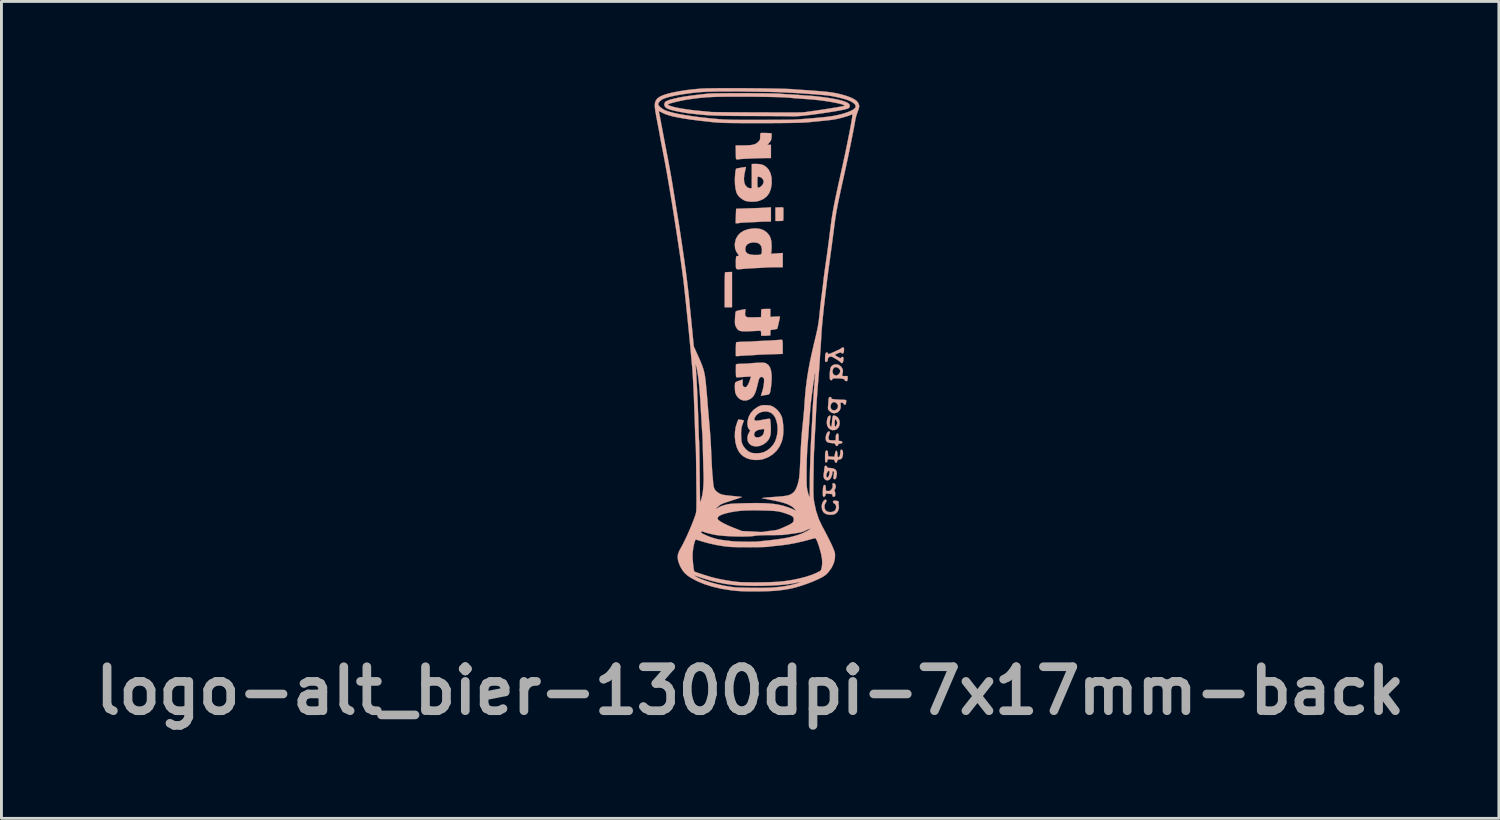
<source format=kicad_pcb>
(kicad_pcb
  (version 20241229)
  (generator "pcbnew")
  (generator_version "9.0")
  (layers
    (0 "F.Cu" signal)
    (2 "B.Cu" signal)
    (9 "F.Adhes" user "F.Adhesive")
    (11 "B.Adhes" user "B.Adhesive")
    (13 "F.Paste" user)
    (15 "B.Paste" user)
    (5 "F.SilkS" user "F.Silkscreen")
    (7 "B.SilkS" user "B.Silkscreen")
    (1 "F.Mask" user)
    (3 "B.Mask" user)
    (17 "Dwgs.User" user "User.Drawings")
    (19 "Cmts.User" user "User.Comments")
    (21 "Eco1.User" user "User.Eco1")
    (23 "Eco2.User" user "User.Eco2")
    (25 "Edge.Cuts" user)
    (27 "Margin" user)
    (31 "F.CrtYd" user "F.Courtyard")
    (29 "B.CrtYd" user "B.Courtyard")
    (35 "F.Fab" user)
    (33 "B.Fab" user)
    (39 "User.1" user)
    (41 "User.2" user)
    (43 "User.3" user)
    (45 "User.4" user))
  (footprint "logo-alt_bier-1300dpi-7x17mm-back"
    (layer "F.Cu")
    (at 22.99 8.384)
    (property "Reference" "logo-alt_bier-1300dpi-7x17mm-back" (at -0.05 12.5 0) (layer "F.Fab") (effects (font (size 1.524 1.524) (thickness 0.3))))
    (attr through_hole)
    (fp_poly (pts (xy -0.792 -2.008) (xy -0.855 -2.005) (xy -0.902 -2.003) (xy -0.919 -2.002) (xy -0.922 -1.982) (xy -0.925 -1.929) (xy -0.928 -1.846) (xy -0.931 -1.738) (xy -0.932 -1.609) (xy -0.933 -1.466) (xy -0.933 -1.394) (xy -0.933 -0.789) (xy -0.679 -0.789) (xy -0.679 -2.013) (xy -0.792 -2.008)) (stroke (width 0.01) (type solid)) (fill yes) (layer "B.SilkS"))
    (fp_poly (pts (xy 0.962 -4.25) (xy 0.825 -4.244) (xy 0.825 -3.778) (xy 0.962 -3.778) (xy 1.042 -3.781) (xy 1.086 -3.789) (xy 1.099 -3.803) (xy 1.1 -3.842) (xy 1.1 -3.906) (xy 1.101 -3.985) (xy 1.101 -4.067) (xy 1.101 -4.142) (xy 1.101 -4.199) (xy 1.1 -4.227) (xy 1.092 -4.243) (xy 1.066 -4.251) (xy 1.012 -4.252) (xy 0.962 -4.25)) (stroke (width 0.01) (type solid)) (fill yes) (layer "B.SilkS"))
    (fp_poly (pts (xy 0.488 -4.24) (xy 0.412 -4.235) (xy 0.306 -4.23) (xy 0.18 -4.225) (xy 0.043 -4.22) (xy -0.096 -4.216) (xy -0.113 -4.215) (xy -0.236 -4.212) (xy -0.346 -4.208) (xy -0.435 -4.205) (xy -0.499 -4.203) (xy -0.532 -4.201) (xy -0.535 -4.201) (xy -0.537 -4.181) (xy -0.54 -4.13) (xy -0.542 -4.055) (xy -0.546 -3.963) (xy -0.546 -3.949) (xy -0.554 -3.7) (xy -0.493 -3.7) (xy -0.447 -3.703) (xy -0.423 -3.709) (xy -0.423 -3.709) (xy -0.401 -3.713) (xy -0.347 -3.718) (xy -0.269 -3.723) (xy -0.172 -3.728) (xy -0.121 -3.73) (xy -0.009 -3.735) (xy 0.097 -3.74) (xy 0.189 -3.744) (xy 0.254 -3.748) (xy 0.268 -3.749) (xy 0.339 -3.753) (xy 0.428 -3.756) (xy 0.517 -3.757) (xy 0.669 -3.759) (xy 0.669 -4.252) (xy 0.488 -4.24)) (stroke (width 0.01) (type solid)) (fill yes) (layer "B.SilkS"))
    (fp_poly (pts (xy 2.55 5.877) (xy 2.506 5.904) (xy 2.467 5.958) (xy 2.439 6.03) (xy 2.427 6.108) (xy 2.427 6.112) (xy 2.442 6.223) (xy 2.485 6.308) (xy 2.556 6.366) (xy 2.656 6.396) (xy 2.73 6.401) (xy 2.83 6.393) (xy 2.903 6.367) (xy 2.909 6.364) (xy 2.967 6.309) (xy 3.008 6.231) (xy 3.026 6.147) (xy 3.019 6.08) (xy 3.01 6.029) (xy 3.014 5.991) (xy 3.015 5.989) (xy 3.02 5.954) (xy 2.991 5.928) (xy 2.934 5.914) (xy 2.904 5.913) (xy 2.85 5.916) (xy 2.825 5.927) (xy 2.818 5.951) (xy 2.818 5.953) (xy 2.836 5.991) (xy 2.865 6.01) (xy 2.907 6.044) (xy 2.927 6.099) (xy 2.927 6.163) (xy 2.907 6.224) (xy 2.867 6.271) (xy 2.851 6.281) (xy 2.767 6.306) (xy 2.681 6.306) (xy 2.605 6.28) (xy 2.573 6.256) (xy 2.535 6.193) (xy 2.523 6.115) (xy 2.538 6.036) (xy 2.566 5.983) (xy 2.592 5.936) (xy 2.593 5.897) (xy 2.571 5.877) (xy 2.55 5.877)) (stroke (width 0.01) (type solid)) (fill yes) (layer "B.SilkS"))
    (fp_poly (pts (xy 2.637 3.532) (xy 2.606 3.578) (xy 2.581 3.642) (xy 2.567 3.717) (xy 2.566 3.747) (xy 2.574 3.821) (xy 2.607 3.871) (xy 2.668 3.902) (xy 2.761 3.916) (xy 2.766 3.916) (xy 2.835 3.922) (xy 2.875 3.931) (xy 2.894 3.946) (xy 2.9 3.966) (xy 2.917 4) (xy 2.948 4.016) (xy 2.978 4.012) (xy 2.994 3.986) (xy 2.994 3.981) (xy 3.002 3.954) (xy 3.034 3.94) (xy 3.067 3.936) (xy 3.117 3.927) (xy 3.138 3.909) (xy 3.141 3.891) (xy 3.13 3.861) (xy 3.093 3.848) (xy 3.077 3.846) (xy 3.014 3.839) (xy 3.014 3.714) (xy 3.012 3.645) (xy 3.006 3.607) (xy 2.994 3.591) (xy 2.977 3.588) (xy 2.944 3.598) (xy 2.925 3.633) (xy 2.917 3.698) (xy 2.916 3.736) (xy 2.916 3.822) (xy 2.82 3.822) (xy 2.757 3.82) (xy 2.707 3.814) (xy 2.693 3.811) (xy 2.669 3.782) (xy 2.663 3.728) (xy 2.676 3.658) (xy 2.692 3.613) (xy 2.709 3.556) (xy 2.703 3.523) (xy 2.701 3.521) (xy 2.67 3.511) (xy 2.637 3.532)) (stroke (width 0.01) (type solid)) (fill yes) (layer "B.SilkS"))
    (fp_poly (pts (xy 2.818 2.976) (xy 2.803 3.019) (xy 2.793 3.095) (xy 2.788 3.158) (xy 2.781 3.24) (xy 2.772 3.305) (xy 2.763 3.345) (xy 2.758 3.353) (xy 2.737 3.338) (xy 2.719 3.312) (xy 2.707 3.263) (xy 2.708 3.184) (xy 2.723 3.074) (xy 2.732 3.025) (xy 2.738 2.981) (xy 2.729 2.965) (xy 2.699 2.966) (xy 2.661 2.99) (xy 2.631 3.047) (xy 2.611 3.13) (xy 2.605 3.213) (xy 2.618 3.31) (xy 2.659 3.388) (xy 2.721 3.442) (xy 2.798 3.469) (xy 2.883 3.463) (xy 2.94 3.44) (xy 3.001 3.387) (xy 3.039 3.312) (xy 3.053 3.227) (xy 3.05 3.199) (xy 2.964 3.199) (xy 2.962 3.242) (xy 2.946 3.285) (xy 2.92 3.337) (xy 2.899 3.351) (xy 2.885 3.327) (xy 2.877 3.265) (xy 2.877 3.228) (xy 2.881 3.147) (xy 2.892 3.101) (xy 2.91 3.091) (xy 2.933 3.119) (xy 2.946 3.147) (xy 2.964 3.199) (xy 3.05 3.199) (xy 3.043 3.14) (xy 3.011 3.062) (xy 2.955 3.003) (xy 2.936 2.992) (xy 2.881 2.967) (xy 2.843 2.959) (xy 2.818 2.976)) (stroke (width 0.01) (type solid)) (fill yes) (layer "B.SilkS"))
    (fp_poly (pts (xy 2.808 5.313) (xy 2.802 5.336) (xy 2.807 5.377) (xy 2.811 5.431) (xy 2.795 5.476) (xy 2.769 5.515) (xy 2.73 5.559) (xy 2.694 5.576) (xy 2.645 5.577) (xy 2.574 5.571) (xy 2.568 5.468) (xy 2.562 5.407) (xy 2.551 5.376) (xy 2.531 5.366) (xy 2.527 5.366) (xy 2.501 5.38) (xy 2.483 5.423) (xy 2.472 5.498) (xy 2.467 5.608) (xy 2.467 5.644) (xy 2.468 5.715) (xy 2.473 5.754) (xy 2.484 5.772) (xy 2.505 5.776) (xy 2.506 5.776) (xy 2.539 5.763) (xy 2.557 5.719) (xy 2.558 5.716) (xy 2.57 5.674) (xy 2.593 5.662) (xy 2.628 5.667) (xy 2.692 5.676) (xy 2.742 5.679) (xy 2.783 5.684) (xy 2.798 5.709) (xy 2.799 5.727) (xy 2.808 5.766) (xy 2.834 5.776) (xy 2.872 5.77) (xy 2.883 5.763) (xy 2.894 5.734) (xy 2.897 5.685) (xy 2.893 5.632) (xy 2.884 5.591) (xy 2.873 5.576) (xy 2.863 5.56) (xy 2.882 5.523) (xy 2.883 5.522) (xy 2.911 5.459) (xy 2.916 5.397) (xy 2.898 5.345) (xy 2.86 5.313) (xy 2.832 5.307) (xy 2.808 5.313)) (stroke (width 0.01) (type solid)) (fill yes) (layer "B.SilkS"))
    (fp_poly (pts (xy 0.973 0.341) (xy 0.9 0.345) (xy 0.88 0.347) (xy 0.803 0.353) (xy 0.699 0.359) (xy 0.58 0.366) (xy 0.456 0.372) (xy 0.408 0.374) (xy 0.296 0.379) (xy 0.194 0.384) (xy 0.11 0.389) (xy 0.052 0.393) (xy 0.034 0.395) (xy -0.008 0.398) (xy -0.079 0.401) (xy -0.17 0.403) (xy -0.27 0.405) (xy -0.274 0.405) (xy -0.369 0.408) (xy -0.449 0.413) (xy -0.507 0.419) (xy -0.534 0.426) (xy -0.535 0.427) (xy -0.54 0.453) (xy -0.543 0.509) (xy -0.546 0.588) (xy -0.547 0.673) (xy -0.547 0.901) (xy -0.496 0.903) (xy -0.456 0.903) (xy -0.44 0.9) (xy -0.419 0.897) (xy -0.367 0.893) (xy -0.29 0.888) (xy -0.195 0.883) (xy -0.161 0.881) (xy -0.058 0.876) (xy 0.035 0.871) (xy 0.109 0.866) (xy 0.154 0.862) (xy 0.16 0.861) (xy 0.193 0.858) (xy 0.259 0.855) (xy 0.351 0.851) (xy 0.463 0.846) (xy 0.588 0.842) (xy 0.644 0.84) (xy 1.079 0.827) (xy 1.079 0.587) (xy 1.077 0.473) (xy 1.072 0.393) (xy 1.064 0.349) (xy 1.058 0.341) (xy 1.03 0.339) (xy 0.973 0.341)) (stroke (width 0.01) (type solid)) (fill yes) (layer "B.SilkS"))
    (fp_poly (pts (xy 0.339 -6.828) (xy 0.332 -6.827) (xy 0.313 -6.821) (xy 0.302 -6.796) (xy 0.298 -6.746) (xy 0.298 -6.707) (xy 0.296 -6.638) (xy 0.286 -6.592) (xy 0.263 -6.555) (xy 0.224 -6.514) (xy 0.174 -6.472) (xy 0.115 -6.44) (xy 0.042 -6.419) (xy -0.052 -6.405) (xy -0.174 -6.398) (xy -0.304 -6.396) (xy -0.552 -6.396) (xy -0.549 -6.196) (xy -0.547 -6.107) (xy -0.545 -6.028) (xy -0.544 -5.972) (xy -0.544 -5.952) (xy -0.532 -5.917) (xy -0.497 -5.908) (xy -0.458 -5.911) (xy -0.443 -5.916) (xy -0.421 -5.92) (xy -0.367 -5.924) (xy -0.286 -5.93) (xy -0.186 -5.935) (xy -0.072 -5.94) (xy 0.049 -5.946) (xy 0.17 -5.95) (xy 0.284 -5.953) (xy 0.387 -5.956) (xy 0.469 -5.957) (xy 0.669 -5.957) (xy 0.669 -6.186) (xy 0.669 -6.416) (xy 0.544 -6.416) (xy 0.594 -6.47) (xy 0.635 -6.519) (xy 0.667 -6.567) (xy 0.669 -6.57) (xy 0.681 -6.609) (xy 0.69 -6.668) (xy 0.694 -6.73) (xy 0.694 -6.784) (xy 0.687 -6.814) (xy 0.686 -6.815) (xy 0.665 -6.819) (xy 0.615 -6.822) (xy 0.547 -6.825) (xy 0.471 -6.827) (xy 0.399 -6.828) (xy 0.339 -6.828)) (stroke (width 0.01) (type solid)) (fill yes) (layer "B.SilkS"))
    (fp_poly (pts (xy 2.546 4.707) (xy 2.532 4.729) (xy 2.523 4.775) (xy 2.518 4.824) (xy 2.509 4.904) (xy 2.5 4.983) (xy 2.494 5.024) (xy 2.497 5.1) (xy 2.525 5.159) (xy 2.571 5.197) (xy 2.627 5.209) (xy 2.685 5.191) (xy 2.718 5.164) (xy 2.762 5.094) (xy 2.791 5.004) (xy 2.799 4.932) (xy 2.802 4.909) (xy 2.7 4.909) (xy 2.696 4.963) (xy 2.696 4.965) (xy 2.682 5.032) (xy 2.659 5.081) (xy 2.633 5.107) (xy 2.609 5.107) (xy 2.591 5.075) (xy 2.587 5.059) (xy 2.591 5.009) (xy 2.609 4.954) (xy 2.636 4.906) (xy 2.664 4.879) (xy 2.673 4.877) (xy 2.693 4.884) (xy 2.7 4.909) (xy 2.802 4.909) (xy 2.804 4.895) (xy 2.823 4.889) (xy 2.83 4.891) (xy 2.849 4.906) (xy 2.855 4.94) (xy 2.85 4.993) (xy 2.841 5.056) (xy 2.835 5.109) (xy 2.833 5.122) (xy 2.842 5.155) (xy 2.871 5.167) (xy 2.901 5.164) (xy 2.921 5.137) (xy 2.934 5.098) (xy 2.954 4.986) (xy 2.944 4.898) (xy 2.905 4.835) (xy 2.834 4.796) (xy 2.732 4.78) (xy 2.71 4.78) (xy 2.655 4.776) (xy 2.627 4.761) (xy 2.617 4.741) (xy 2.592 4.708) (xy 2.568 4.702) (xy 2.546 4.707)) (stroke (width 0.01) (type solid)) (fill yes) (layer "B.SilkS"))
    (fp_poly (pts (xy 3.09 4.151) (xy 3.075 4.195) (xy 3.072 4.245) (xy 3.065 4.327) (xy 3.044 4.383) (xy 3.011 4.408) (xy 3.004 4.409) (xy 2.986 4.395) (xy 2.975 4.353) (xy 2.971 4.296) (xy 2.964 4.229) (xy 2.953 4.193) (xy 2.935 4.184) (xy 2.913 4.201) (xy 2.895 4.252) (xy 2.889 4.287) (xy 2.871 4.391) (xy 2.762 4.385) (xy 2.652 4.379) (xy 2.646 4.277) (xy 2.64 4.215) (xy 2.629 4.184) (xy 2.609 4.174) (xy 2.604 4.174) (xy 2.579 4.18) (xy 2.562 4.2) (xy 2.551 4.241) (xy 2.546 4.309) (xy 2.545 4.41) (xy 2.545 4.493) (xy 2.548 4.545) (xy 2.556 4.572) (xy 2.569 4.583) (xy 2.584 4.584) (xy 2.615 4.573) (xy 2.623 4.537) (xy 2.626 4.501) (xy 2.643 4.481) (xy 2.68 4.475) (xy 2.745 4.479) (xy 2.765 4.481) (xy 2.828 4.489) (xy 2.862 4.5) (xy 2.876 4.52) (xy 2.881 4.543) (xy 2.897 4.588) (xy 2.924 4.6) (xy 2.952 4.58) (xy 2.964 4.546) (xy 2.981 4.503) (xy 3.011 4.488) (xy 3.032 4.487) (xy 3.086 4.473) (xy 3.121 4.447) (xy 3.147 4.398) (xy 3.163 4.329) (xy 3.167 4.255) (xy 3.157 4.192) (xy 3.145 4.166) (xy 3.114 4.141) (xy 3.09 4.151)) (stroke (width 0.01) (type solid)) (fill yes) (layer "B.SilkS"))
    (fp_poly (pts (xy 2.869 1.194) (xy 2.796 1.227) (xy 2.747 1.28) (xy 2.732 1.321) (xy 2.72 1.388) (xy 2.711 1.469) (xy 2.707 1.555) (xy 2.707 1.633) (xy 2.713 1.694) (xy 2.724 1.726) (xy 2.755 1.74) (xy 2.786 1.728) (xy 2.799 1.7) (xy 2.809 1.685) (xy 2.846 1.676) (xy 2.914 1.673) (xy 2.923 1.673) (xy 3.054 1.677) (xy 3.147 1.687) (xy 3.205 1.704) (xy 3.228 1.729) (xy 3.228 1.734) (xy 3.244 1.762) (xy 3.278 1.772) (xy 3.312 1.759) (xy 3.313 1.758) (xy 3.322 1.731) (xy 3.326 1.683) (xy 3.326 1.67) (xy 3.326 1.595) (xy 3.226 1.595) (xy 3.168 1.594) (xy 3.14 1.587) (xy 3.134 1.571) (xy 3.139 1.551) (xy 3.158 1.471) (xy 3.162 1.429) (xy 3.072 1.429) (xy 3.055 1.485) (xy 3.013 1.536) (xy 2.959 1.569) (xy 2.927 1.575) (xy 2.875 1.562) (xy 2.838 1.536) (xy 2.807 1.481) (xy 2.803 1.413) (xy 2.822 1.347) (xy 2.864 1.298) (xy 2.865 1.297) (xy 2.917 1.283) (xy 2.975 1.298) (xy 3.027 1.334) (xy 3.063 1.385) (xy 3.072 1.429) (xy 3.162 1.429) (xy 3.163 1.413) (xy 3.154 1.362) (xy 3.143 1.335) (xy 3.095 1.261) (xy 3.027 1.212) (xy 2.949 1.189) (xy 2.869 1.194)) (stroke (width 0.01) (type solid)) (fill yes) (layer "B.SilkS"))
    (fp_poly (pts (xy 2.689 2.331) (xy 2.674 2.355) (xy 2.667 2.406) (xy 2.665 2.425) (xy 2.66 2.504) (xy 2.653 2.594) (xy 2.649 2.636) (xy 2.645 2.701) (xy 2.65 2.743) (xy 2.67 2.777) (xy 2.707 2.816) (xy 2.784 2.87) (xy 2.868 2.885) (xy 2.955 2.862) (xy 2.987 2.845) (xy 3.052 2.782) (xy 3.085 2.698) (xy 3.085 2.636) (xy 2.994 2.636) (xy 2.979 2.702) (xy 2.94 2.752) (xy 2.887 2.78) (xy 2.829 2.783) (xy 2.776 2.754) (xy 2.768 2.747) (xy 2.739 2.69) (xy 2.735 2.626) (xy 2.754 2.565) (xy 2.792 2.517) (xy 2.846 2.494) (xy 2.857 2.494) (xy 2.913 2.511) (xy 2.962 2.554) (xy 2.991 2.61) (xy 2.994 2.636) (xy 3.085 2.636) (xy 3.085 2.601) (xy 3.079 2.547) (xy 3.084 2.522) (xy 3.104 2.514) (xy 3.123 2.513) (xy 3.168 2.527) (xy 3.184 2.552) (xy 3.207 2.584) (xy 3.229 2.591) (xy 3.255 2.579) (xy 3.27 2.537) (xy 3.272 2.518) (xy 3.276 2.467) (xy 3.275 2.433) (xy 3.273 2.43) (xy 3.251 2.422) (xy 3.202 2.417) (xy 3.162 2.416) (xy 3.088 2.414) (xy 2.996 2.409) (xy 2.909 2.403) (xy 2.833 2.395) (xy 2.787 2.387) (xy 2.766 2.374) (xy 2.76 2.356) (xy 2.76 2.353) (xy 2.749 2.325) (xy 2.716 2.321) (xy 2.689 2.331)) (stroke (width 0.01) (type solid)) (fill yes) (layer "B.SilkS"))
    (fp_poly (pts (xy 3.136 0.605) (xy 3.117 0.625) (xy 3.095 0.642) (xy 3.045 0.669) (xy 2.977 0.703) (xy 2.898 0.739) (xy 2.819 0.775) (xy 2.747 0.805) (xy 2.692 0.826) (xy 2.663 0.833) (xy 2.645 0.817) (xy 2.642 0.804) (xy 2.626 0.779) (xy 2.606 0.774) (xy 2.577 0.789) (xy 2.558 0.834) (xy 2.547 0.912) (xy 2.545 1.003) (xy 2.546 1.064) (xy 2.552 1.095) (xy 2.568 1.104) (xy 2.589 1.103) (xy 2.62 1.09) (xy 2.635 1.056) (xy 2.638 1.025) (xy 2.65 0.972) (xy 2.678 0.942) (xy 2.701 0.93) (xy 2.731 0.921) (xy 2.76 0.921) (xy 2.797 0.934) (xy 2.852 0.962) (xy 2.917 1) (xy 2.987 1.043) (xy 3.044 1.082) (xy 3.079 1.11) (xy 3.086 1.119) (xy 3.111 1.142) (xy 3.13 1.146) (xy 3.154 1.135) (xy 3.169 1.098) (xy 3.177 1.056) (xy 3.182 0.998) (xy 3.181 0.957) (xy 3.178 0.948) (xy 3.15 0.931) (xy 3.115 0.94) (xy 3.099 0.96) (xy 3.087 0.974) (xy 3.061 0.97) (xy 3.014 0.947) (xy 2.997 0.937) (xy 2.931 0.898) (xy 2.898 0.873) (xy 2.896 0.854) (xy 2.923 0.835) (xy 2.965 0.815) (xy 3.043 0.785) (xy 3.091 0.776) (xy 3.11 0.788) (xy 3.111 0.794) (xy 3.127 0.81) (xy 3.148 0.813) (xy 3.175 0.802) (xy 3.191 0.764) (xy 3.197 0.737) (xy 3.202 0.68) (xy 3.199 0.635) (xy 3.197 0.629) (xy 3.171 0.602) (xy 3.136 0.605)) (stroke (width 0.01) (type solid)) (fill yes) (layer "B.SilkS"))
    (fp_poly (pts (xy 0.407 -0.728) (xy 0.356 -0.721) (xy 0.335 -0.708) (xy 0.335 -0.706) (xy 0.333 -0.674) (xy 0.331 -0.617) (xy 0.33 -0.564) (xy 0.327 -0.447) (xy 0.086 -0.441) (xy -0.018 -0.439) (xy -0.09 -0.439) (xy -0.137 -0.444) (xy -0.169 -0.452) (xy -0.191 -0.466) (xy -0.195 -0.47) (xy -0.218 -0.497) (xy -0.227 -0.532) (xy -0.226 -0.587) (xy -0.223 -0.614) (xy -0.212 -0.722) (xy -0.376 -0.694) (xy -0.472 -0.674) (xy -0.531 -0.654) (xy -0.553 -0.634) (xy -0.559 -0.602) (xy -0.566 -0.541) (xy -0.572 -0.461) (xy -0.575 -0.398) (xy -0.579 -0.303) (xy -0.578 -0.237) (xy -0.572 -0.188) (xy -0.559 -0.147) (xy -0.539 -0.105) (xy -0.506 -0.049) (xy -0.47 -0.007) (xy -0.425 0.021) (xy -0.364 0.038) (xy -0.281 0.045) (xy -0.171 0.045) (xy -0.064 0.041) (xy 0.043 0.036) (xy 0.14 0.032) (xy 0.217 0.028) (xy 0.267 0.026) (xy 0.278 0.025) (xy 0.308 0.027) (xy 0.323 0.044) (xy 0.328 0.085) (xy 0.329 0.11) (xy 0.331 0.198) (xy 0.407 0.198) (xy 0.48 0.197) (xy 0.557 0.193) (xy 0.566 0.192) (xy 0.649 0.186) (xy 0.649 0.089) (xy 0.652 0.03) (xy 0.662 0.001) (xy 0.682 -0.008) (xy 0.684 -0.008) (xy 0.741 -0.012) (xy 0.802 -0.021) (xy 0.855 -0.032) (xy 0.884 -0.042) (xy 0.886 -0.043) (xy 0.893 -0.065) (xy 0.907 -0.116) (xy 0.924 -0.185) (xy 0.942 -0.263) (xy 0.959 -0.34) (xy 0.973 -0.405) (xy 0.98 -0.45) (xy 0.982 -0.462) (xy 0.964 -0.467) (xy 0.916 -0.469) (xy 0.847 -0.467) (xy 0.815 -0.465) (xy 0.649 -0.453) (xy 0.649 -0.73) (xy 0.493 -0.73) (xy 0.407 -0.728)) (stroke (width 0.01) (type solid)) (fill yes) (layer "B.SilkS"))
    (fp_poly (pts (xy 0.068 -5.754) (xy 0.005 -5.751) (xy 0.005 -4.911) (xy -0.051 -4.911) (xy -0.108 -4.924) (xy -0.156 -4.95) (xy -0.22 -5.022) (xy -0.256 -5.119) (xy -0.267 -5.242) (xy -0.251 -5.392) (xy -0.231 -5.488) (xy -0.215 -5.56) (xy -0.203 -5.616) (xy -0.198 -5.646) (xy -0.199 -5.649) (xy -0.219 -5.648) (xy -0.266 -5.641) (xy -0.33 -5.631) (xy -0.4 -5.618) (xy -0.465 -5.606) (xy -0.513 -5.596) (xy -0.535 -5.589) (xy -0.536 -5.589) (xy -0.547 -5.56) (xy -0.558 -5.501) (xy -0.568 -5.42) (xy -0.575 -5.326) (xy -0.58 -5.228) (xy -0.58 -5.216) (xy -0.576 -5.047) (xy -0.558 -4.898) (xy -0.527 -4.774) (xy -0.503 -4.714) (xy -0.442 -4.629) (xy -0.356 -4.552) (xy -0.257 -4.492) (xy -0.203 -4.471) (xy -0.088 -4.45) (xy 0.042 -4.444) (xy 0.17 -4.455) (xy 0.272 -4.479) (xy 0.415 -4.544) (xy 0.528 -4.633) (xy 0.611 -4.746) (xy 0.666 -4.886) (xy 0.694 -5.052) (xy 0.697 -5.097) (xy 0.697 -5.115) (xy 0.415 -5.115) (xy 0.384 -5.041) (xy 0.348 -4.997) (xy 0.301 -4.958) (xy 0.256 -4.934) (xy 0.241 -4.931) (xy 0.222 -4.933) (xy 0.211 -4.945) (xy 0.204 -4.972) (xy 0.201 -5.024) (xy 0.2 -5.105) (xy 0.2 -5.128) (xy 0.201 -5.218) (xy 0.203 -5.275) (xy 0.209 -5.305) (xy 0.22 -5.316) (xy 0.231 -5.314) (xy 0.276 -5.303) (xy 0.29 -5.302) (xy 0.323 -5.289) (xy 0.363 -5.258) (xy 0.367 -5.254) (xy 0.409 -5.188) (xy 0.415 -5.115) (xy 0.697 -5.115) (xy 0.691 -5.276) (xy 0.656 -5.428) (xy 0.592 -5.555) (xy 0.529 -5.628) (xy 0.458 -5.685) (xy 0.38 -5.724) (xy 0.287 -5.747) (xy 0.17 -5.755) (xy 0.068 -5.754)) (stroke (width 0.01) (type solid)) (fill yes) (layer "B.SilkS"))
    (fp_poly (pts (xy 0.055 -3.519) (xy -0.117 -3.494) (xy -0.265 -3.443) (xy -0.388 -3.367) (xy -0.482 -3.268) (xy -0.547 -3.148) (xy -0.578 -3.01) (xy -0.582 -2.947) (xy -0.57 -2.823) (xy -0.531 -2.717) (xy -0.481 -2.64) (xy -0.448 -2.593) (xy -0.445 -2.569) (xy -0.472 -2.563) (xy -0.497 -2.565) (xy -0.518 -2.561) (xy -0.533 -2.54) (xy -0.541 -2.497) (xy -0.546 -2.425) (xy -0.546 -2.32) (xy -0.546 -2.315) (xy -0.546 -2.223) (xy -0.543 -2.161) (xy -0.53 -2.124) (xy -0.501 -2.107) (xy -0.449 -2.104) (xy -0.37 -2.111) (xy -0.298 -2.118) (xy -0.221 -2.124) (xy -0.116 -2.132) (xy 0.003 -2.139) (xy 0.125 -2.146) (xy 0.161 -2.147) (xy 0.268 -2.152) (xy 0.362 -2.158) (xy 0.436 -2.162) (xy 0.482 -2.166) (xy 0.493 -2.167) (xy 0.522 -2.169) (xy 0.583 -2.171) (xy 0.667 -2.173) (xy 0.766 -2.174) (xy 0.801 -2.174) (xy 1.079 -2.176) (xy 1.079 -2.669) (xy 0.872 -2.655) (xy 0.665 -2.641) (xy 0.679 -2.684) (xy 0.685 -2.722) (xy 0.689 -2.778) (xy 0.356 -2.778) (xy 0.354 -2.696) (xy 0.343 -2.646) (xy 0.317 -2.618) (xy 0.269 -2.606) (xy 0.213 -2.602) (xy 0.06 -2.602) (xy -0.058 -2.618) (xy -0.142 -2.651) (xy -0.17 -2.673) (xy -0.205 -2.722) (xy -0.219 -2.781) (xy -0.22 -2.809) (xy -0.203 -2.897) (xy -0.154 -2.965) (xy -0.075 -3.011) (xy 0.032 -3.033) (xy 0.083 -3.036) (xy 0.193 -3.022) (xy 0.275 -2.981) (xy 0.329 -2.913) (xy 0.354 -2.819) (xy 0.356 -2.778) (xy 0.689 -2.778) (xy 0.69 -2.788) (xy 0.692 -2.871) (xy 0.693 -2.917) (xy 0.685 -3.062) (xy 0.66 -3.179) (xy 0.615 -3.276) (xy 0.547 -3.36) (xy 0.516 -3.388) (xy 0.414 -3.46) (xy 0.298 -3.503) (xy 0.161 -3.521) (xy 0.055 -3.519)) (stroke (width 0.01) (type solid)) (fill yes) (layer "B.SilkS"))
    (fp_poly (pts (xy 0.256 1.133) (xy 0.182 1.136) (xy 0.088 1.142) (xy 0.009 1.148) (xy -0.048 1.153) (xy -0.074 1.156) (xy -0.075 1.157) (xy -0.098 1.16) (xy -0.152 1.163) (xy -0.228 1.166) (xy -0.314 1.168) (xy -0.414 1.171) (xy -0.481 1.175) (xy -0.52 1.182) (xy -0.539 1.192) (xy -0.544 1.203) (xy -0.544 1.235) (xy -0.545 1.295) (xy -0.545 1.376) (xy -0.545 1.439) (xy -0.544 1.531) (xy -0.541 1.59) (xy -0.535 1.624) (xy -0.525 1.638) (xy -0.51 1.64) (xy -0.51 1.64) (xy -0.477 1.638) (xy -0.415 1.634) (xy -0.332 1.629) (xy -0.248 1.623) (xy -0.02 1.61) (xy -0.067 1.754) (xy -0.096 1.831) (xy -0.129 1.898) (xy -0.159 1.943) (xy -0.161 1.945) (xy -0.198 1.976) (xy -0.23 1.981) (xy -0.258 1.97) (xy -0.288 1.951) (xy -0.305 1.923) (xy -0.312 1.875) (xy -0.31 1.798) (xy -0.31 1.786) (xy -0.306 1.714) (xy -0.429 1.755) (xy -0.494 1.779) (xy -0.544 1.802) (xy -0.567 1.818) (xy -0.575 1.852) (xy -0.58 1.913) (xy -0.58 1.989) (xy -0.577 2.069) (xy -0.57 2.14) (xy -0.561 2.185) (xy -0.521 2.274) (xy -0.456 2.354) (xy -0.386 2.406) (xy -0.28 2.442) (xy -0.174 2.439) (xy -0.079 2.405) (xy -0.009 2.362) (xy 0.048 2.308) (xy 0.096 2.237) (xy 0.137 2.142) (xy 0.175 2.019) (xy 0.209 1.878) (xy 0.228 1.801) (xy 0.246 1.733) (xy 0.261 1.688) (xy 0.296 1.638) (xy 0.342 1.621) (xy 0.392 1.641) (xy 0.399 1.647) (xy 0.42 1.67) (xy 0.43 1.699) (xy 0.433 1.745) (xy 0.43 1.818) (xy 0.429 1.829) (xy 0.417 1.925) (xy 0.395 2.033) (xy 0.369 2.129) (xy 0.32 2.282) (xy 0.363 2.272) (xy 0.406 2.263) (xy 0.471 2.253) (xy 0.509 2.248) (xy 0.559 2.24) (xy 0.595 2.227) (xy 0.62 2.204) (xy 0.638 2.163) (xy 0.652 2.098) (xy 0.667 2.004) (xy 0.674 1.952) (xy 0.694 1.742) (xy 0.694 1.561) (xy 0.674 1.411) (xy 0.635 1.292) (xy 0.576 1.206) (xy 0.499 1.153) (xy 0.46 1.14) (xy 0.412 1.132) (xy 0.347 1.13) (xy 0.256 1.133)) (stroke (width 0.01) (type solid)) (fill yes) (layer "B.SilkS"))
    (fp_poly (pts (xy 0.399 2.603) (xy 0.339 2.611) (xy 0.284 2.628) (xy 0.221 2.659) (xy 0.203 2.668) (xy 0.071 2.761) (xy -0.033 2.879) (xy -0.105 3.018) (xy -0.143 3.168) (xy -0.146 3.256) (xy -0.134 3.341) (xy -0.111 3.41) (xy -0.078 3.453) (xy -0.075 3.455) (xy -0.054 3.471) (xy -0.053 3.491) (xy -0.073 3.525) (xy -0.085 3.543) (xy -0.128 3.635) (xy -0.146 3.739) (xy -0.136 3.838) (xy -0.133 3.85) (xy -0.087 3.932) (xy -0.017 3.99) (xy 0.072 4.023) (xy 0.173 4.032) (xy 0.28 4.016) (xy 0.386 3.974) (xy 0.486 3.908) (xy 0.515 3.882) (xy 0.577 3.812) (xy 0.621 3.736) (xy 0.65 3.648) (xy 0.664 3.539) (xy 0.665 3.489) (xy 0.434 3.489) (xy 0.425 3.552) (xy 0.404 3.61) (xy 0.36 3.663) (xy 0.297 3.702) (xy 0.227 3.721) (xy 0.161 3.719) (xy 0.113 3.694) (xy 0.085 3.642) (xy 0.089 3.582) (xy 0.122 3.525) (xy 0.178 3.482) (xy 0.23 3.462) (xy 0.3 3.445) (xy 0.334 3.44) (xy 0.434 3.427) (xy 0.434 3.489) (xy 0.665 3.489) (xy 0.666 3.403) (xy 0.664 3.327) (xy 0.658 3.235) (xy 0.651 3.157) (xy 0.643 3.102) (xy 0.636 3.078) (xy 0.61 3.075) (xy 0.555 3.079) (xy 0.479 3.091) (xy 0.424 3.101) (xy 0.298 3.125) (xy 0.205 3.138) (xy 0.142 3.138) (xy 0.106 3.126) (xy 0.093 3.101) (xy 0.099 3.061) (xy 0.105 3.042) (xy 0.158 2.956) (xy 0.237 2.888) (xy 0.336 2.842) (xy 0.444 2.821) (xy 0.555 2.826) (xy 0.659 2.861) (xy 0.669 2.867) (xy 0.75 2.933) (xy 0.815 3.03) (xy 0.862 3.15) (xy 0.891 3.286) (xy 0.901 3.434) (xy 0.89 3.586) (xy 0.859 3.736) (xy 0.813 3.863) (xy 0.745 3.976) (xy 0.651 4.082) (xy 0.541 4.17) (xy 0.426 4.23) (xy 0.425 4.231) (xy 0.312 4.26) (xy 0.184 4.271) (xy 0.059 4.265) (xy -0.018 4.249) (xy -0.111 4.204) (xy -0.201 4.13) (xy -0.276 4.036) (xy -0.302 3.991) (xy -0.327 3.938) (xy -0.343 3.884) (xy -0.354 3.818) (xy -0.36 3.73) (xy -0.363 3.681) (xy -0.364 3.534) (xy -0.354 3.412) (xy -0.329 3.304) (xy -0.295 3.212) (xy -0.277 3.164) (xy -0.27 3.135) (xy -0.271 3.131) (xy -0.293 3.124) (xy -0.341 3.115) (xy -0.369 3.111) (xy -0.459 3.098) (xy -0.498 3.191) (xy -0.55 3.353) (xy -0.577 3.53) (xy -0.58 3.713) (xy -0.56 3.892) (xy -0.516 4.056) (xy -0.475 4.15) (xy -0.426 4.235) (xy -0.375 4.298) (xy -0.309 4.357) (xy -0.284 4.377) (xy -0.173 4.439) (xy -0.039 4.482) (xy 0.11 4.502) (xy 0.262 4.499) (xy 0.39 4.476) (xy 0.572 4.408) (xy 0.731 4.309) (xy 0.865 4.183) (xy 0.971 4.031) (xy 1.047 3.857) (xy 1.084 3.703) (xy 1.097 3.581) (xy 1.101 3.444) (xy 1.095 3.303) (xy 1.081 3.17) (xy 1.059 3.056) (xy 1.042 2.999) (xy 0.977 2.874) (xy 0.885 2.763) (xy 0.776 2.676) (xy 0.74 2.655) (xy 0.678 2.627) (xy 0.617 2.611) (xy 0.544 2.604) (xy 0.483 2.602) (xy 0.399 2.603)) (stroke (width 0.01) (type solid)) (fill yes) (layer "B.SilkS"))
    (fp_poly (pts (xy -0.608 -8.204) (xy -0.791 -8.204) (xy -0.962 -8.203) (xy -1.117 -8.201) (xy -1.252 -8.2) (xy -1.362 -8.198) (xy -1.442 -8.195) (xy -1.49 -8.192) (xy -1.762 -8.162) (xy -1.996 -8.134) (xy -2.195 -8.108) (xy -2.359 -8.083) (xy -2.491 -8.06) (xy -2.555 -8.046) (xy -2.703 -8.012) (xy -2.817 -7.982) (xy -2.901 -7.954) (xy -2.959 -7.927) (xy -2.996 -7.898) (xy -3.016 -7.865) (xy -3.023 -7.826) (xy -3.024 -7.813) (xy -3.016 -7.764) (xy -2.991 -7.722) (xy -2.945 -7.686) (xy -2.873 -7.653) (xy -2.773 -7.622) (xy -2.639 -7.59) (xy -2.542 -7.57) (xy -2.429 -7.549) (xy -2.319 -7.529) (xy -2.223 -7.514) (xy -2.151 -7.504) (xy -2.135 -7.502) (xy -2.06 -7.495) (xy -1.964 -7.485) (xy -1.863 -7.474) (xy -1.832 -7.47) (xy -1.728 -7.46) (xy -1.621 -7.451) (xy -1.506 -7.443) (xy -1.382 -7.436) (xy -1.243 -7.431) (xy -1.087 -7.426) (xy -0.91 -7.422) (xy -0.708 -7.419) (xy -0.479 -7.417) (xy -0.218 -7.416) (xy 0.078 -7.415) (xy 0.13 -7.414) (xy 0.346 -7.414) (xy 0.552 -7.413) (xy 0.744 -7.412) (xy 0.917 -7.411) (xy 1.07 -7.41) (xy 1.197 -7.409) (xy 1.297 -7.407) (xy 1.365 -7.406) (xy 1.398 -7.405) (xy 1.4 -7.404) (xy 1.436 -7.403) (xy 1.5 -7.405) (xy 1.584 -7.409) (xy 1.656 -7.414) (xy 1.78 -7.425) (xy 1.927 -7.441) (xy 2.091 -7.461) (xy 2.265 -7.484) (xy 2.444 -7.509) (xy 2.621 -7.536) (xy 2.791 -7.562) (xy 2.947 -7.588) (xy 3.084 -7.613) (xy 3.195 -7.635) (xy 3.273 -7.654) (xy 3.282 -7.657) (xy 3.345 -7.679) (xy 3.38 -7.703) (xy 3.397 -7.736) (xy 3.397 -7.738) (xy 3.399 -7.775) (xy 3.222 -7.775) (xy 3.197 -7.764) (xy 3.162 -7.755) (xy 3.094 -7.741) (xy 2.998 -7.724) (xy 2.88 -7.704) (xy 2.745 -7.682) (xy 2.6 -7.659) (xy 2.449 -7.635) (xy 2.299 -7.613) (xy 2.155 -7.592) (xy 2.022 -7.573) (xy 1.906 -7.557) (xy 1.812 -7.546) (xy 1.773 -7.542) (xy 1.738 -7.54) (xy 1.667 -7.539) (xy 1.566 -7.538) (xy 1.438 -7.538) (xy 1.285 -7.538) (xy 1.112 -7.537) (xy 0.923 -7.538) (xy 0.721 -7.538) (xy 0.509 -7.539) (xy 0.292 -7.539) (xy 0.073 -7.54) (xy -0.144 -7.541) (xy -0.356 -7.542) (xy -0.56 -7.544) (xy -0.75 -7.545) (xy -0.925 -7.546) (xy -1.08 -7.548) (xy -1.211 -7.55) (xy -1.315 -7.551) (xy -1.388 -7.553) (xy -1.427 -7.555) (xy -1.431 -7.555) (xy -1.479 -7.562) (xy -1.552 -7.569) (xy -1.634 -7.577) (xy -1.646 -7.578) (xy -1.832 -7.594) (xy -2.015 -7.613) (xy -2.189 -7.636) (xy -2.353 -7.661) (xy -2.503 -7.687) (xy -2.633 -7.713) (xy -2.742 -7.74) (xy -2.825 -7.766) (xy -2.878 -7.79) (xy -2.899 -7.812) (xy -2.894 -7.823) (xy -2.866 -7.837) (xy -2.807 -7.855) (xy -2.725 -7.878) (xy -2.626 -7.903) (xy -2.518 -7.928) (xy -2.409 -7.951) (xy -2.305 -7.971) (xy -2.214 -7.987) (xy -2.213 -7.987) (xy -2.056 -8.009) (xy -1.912 -8.028) (xy -1.775 -8.044) (xy -1.64 -8.056) (xy -1.501 -8.066) (xy -1.352 -8.074) (xy -1.189 -8.079) (xy -1.006 -8.083) (xy -0.797 -8.085) (xy -0.556 -8.086) (xy -0.445 -8.086) (xy -0.166 -8.085) (xy 0.101 -8.084) (xy 0.352 -8.081) (xy 0.584 -8.077) (xy 0.794 -8.072) (xy 0.977 -8.067) (xy 1.131 -8.06) (xy 1.252 -8.053) (xy 1.323 -8.047) (xy 1.381 -8.041) (xy 1.454 -8.034) (xy 1.547 -8.027) (xy 1.665 -8.018) (xy 1.813 -8.008) (xy 1.958 -7.998) (xy 2.144 -7.983) (xy 2.334 -7.963) (xy 2.522 -7.938) (xy 2.701 -7.911) (xy 2.865 -7.882) (xy 3.007 -7.852) (xy 3.121 -7.822) (xy 3.18 -7.802) (xy 3.218 -7.786) (xy 3.222 -7.775) (xy 3.399 -7.775) (xy 3.4 -7.788) (xy 3.379 -7.831) (xy 3.33 -7.87) (xy 3.252 -7.907) (xy 3.139 -7.943) (xy 3.043 -7.969) (xy 2.899 -8.001) (xy 2.725 -8.032) (xy 2.531 -8.061) (xy 2.325 -8.087) (xy 2.118 -8.109) (xy 1.917 -8.124) (xy 1.871 -8.127) (xy 1.779 -8.132) (xy 1.702 -8.138) (xy 1.649 -8.142) (xy 1.626 -8.146) (xy 1.626 -8.146) (xy 1.604 -8.149) (xy 1.55 -8.152) (xy 1.471 -8.157) (xy 1.374 -8.162) (xy 1.323 -8.164) (xy 1.216 -8.17) (xy 1.12 -8.176) (xy 1.043 -8.181) (xy 0.992 -8.186) (xy 0.982 -8.188) (xy 0.947 -8.191) (xy 0.878 -8.194) (xy 0.779 -8.196) (xy 0.653 -8.198) (xy 0.505 -8.2) (xy 0.339 -8.202) (xy 0.16 -8.203) (xy -0.029 -8.204) (xy -0.222 -8.204) (xy -0.417 -8.205) (xy -0.608 -8.204)) (stroke (width 0.01) (type solid)) (fill yes) (layer "B.SilkS"))
    (fp_poly (pts (xy -0.991 -8.378) (xy -1.188 -8.377) (xy -1.367 -8.375) (xy -1.521 -8.373) (xy -1.648 -8.369) (xy -1.742 -8.365) (xy -1.754 -8.364) (xy -2.016 -8.341) (xy -2.276 -8.31) (xy -2.524 -8.27) (xy -2.751 -8.225) (xy -2.908 -8.186) (xy -3.06 -8.138) (xy -3.176 -8.086) (xy -3.26 -8.028) (xy -3.315 -7.959) (xy -3.346 -7.877) (xy -3.356 -7.777) (xy -3.356 -7.776) (xy -3.352 -7.723) (xy -3.342 -7.641) (xy -3.326 -7.535) (xy -3.305 -7.415) (xy -3.282 -7.288) (xy -3.279 -7.272) (xy -3.253 -7.137) (xy -3.227 -7.002) (xy -3.203 -6.876) (xy -3.184 -6.768) (xy -3.17 -6.69) (xy -3.17 -6.689) (xy -3.156 -6.614) (xy -3.137 -6.509) (xy -3.113 -6.383) (xy -3.086 -6.246) (xy -3.059 -6.105) (xy -3.05 -6.064) (xy -3.014 -5.874) (xy -2.973 -5.651) (xy -2.928 -5.398) (xy -2.88 -5.12) (xy -2.83 -4.823) (xy -2.778 -4.511) (xy -2.726 -4.189) (xy -2.674 -3.862) (xy -2.623 -3.534) (xy -2.573 -3.21) (xy -2.526 -2.895) (xy -2.481 -2.594) (xy -2.441 -2.311) (xy -2.405 -2.052) (xy -2.374 -1.82) (xy -2.37 -1.785) (xy -2.356 -1.671) (xy -2.339 -1.522) (xy -2.32 -1.346) (xy -2.298 -1.145) (xy -2.275 -0.927) (xy -2.251 -0.695) (xy -2.226 -0.455) (xy -2.201 -0.212) (xy -2.177 0.029) (xy -2.155 0.262) (xy -2.133 0.482) (xy -2.114 0.685) (xy -2.106 0.774) (xy -2.094 0.908) (xy -2.082 1.034) (xy -2.072 1.146) (xy -2.064 1.236) (xy -2.058 1.297) (xy -2.057 1.312) (xy -2.052 1.376) (xy -2.046 1.465) (xy -2.039 1.561) (xy -2.037 1.595) (xy -2.031 1.699) (xy -2.025 1.81) (xy -2.019 1.907) (xy -2.018 1.927) (xy -2.014 2.002) (xy -2.009 2.103) (xy -2.004 2.219) (xy -1.999 2.339) (xy -1.998 2.367) (xy -1.994 2.496) (xy -1.988 2.637) (xy -1.983 2.772) (xy -1.979 2.886) (xy -1.978 2.894) (xy -1.975 2.992) (xy -1.97 3.117) (xy -1.966 3.258) (xy -1.961 3.403) (xy -1.958 3.52) (xy -1.954 3.644) (xy -1.949 3.759) (xy -1.945 3.858) (xy -1.94 3.933) (xy -1.937 3.976) (xy -1.936 3.979) (xy -1.935 4.011) (xy -1.932 4.078) (xy -1.93 4.176) (xy -1.927 4.303) (xy -1.925 4.454) (xy -1.922 4.625) (xy -1.92 4.812) (xy -1.918 5.012) (xy -1.916 5.161) (xy -1.914 5.398) (xy -1.912 5.599) (xy -1.911 5.768) (xy -1.91 5.908) (xy -1.911 6.022) (xy -1.912 6.114) (xy -1.914 6.187) (xy -1.916 6.244) (xy -1.92 6.289) (xy -1.925 6.325) (xy -1.932 6.355) (xy -1.939 6.383) (xy -1.945 6.401) (xy -1.983 6.512) (xy -2.034 6.646) (xy -2.095 6.796) (xy -2.162 6.953) (xy -2.231 7.11) (xy -2.301 7.258) (xy -2.366 7.39) (xy -2.423 7.499) (xy -2.452 7.549) (xy -2.517 7.671) (xy -2.554 7.782) (xy -2.562 7.892) (xy -2.542 8.009) (xy -2.494 8.14) (xy -2.456 8.219) (xy -2.388 8.334) (xy -2.306 8.431) (xy -2.201 8.519) (xy -2.101 8.585) (xy -1.881 8.703) (xy -1.628 8.806) (xy -1.348 8.894) (xy -1.045 8.964) (xy -0.724 9.015) (xy -0.503 9.039) (xy -0.369 9.047) (xy -0.206 9.053) (xy -0.022 9.056) (xy 0.172 9.056) (xy 0.368 9.053) (xy 0.555 9.048) (xy 0.725 9.04) (xy 0.867 9.03) (xy 0.894 9.027) (xy 1.015 9.013) (xy 1.146 8.995) (xy 1.269 8.975) (xy 1.351 8.96) (xy 1.508 8.922) (xy 1.688 8.869) (xy 1.877 8.806) (xy 2.064 8.736) (xy 2.072 8.733) (xy 1.698 8.733) (xy 1.685 8.742) (xy 1.642 8.757) (xy 1.576 8.777) (xy 1.495 8.8) (xy 1.407 8.822) (xy 1.319 8.842) (xy 1.265 8.853) (xy 1.1 8.882) (xy 0.931 8.903) (xy 0.752 8.919) (xy 0.556 8.929) (xy 0.336 8.933) (xy 0.085 8.932) (xy 0.024 8.931) (xy -0.122 8.929) (xy -0.259 8.926) (xy -0.379 8.923) (xy -0.478 8.92) (xy -0.55 8.917) (xy -0.589 8.914) (xy -0.591 8.913) (xy -0.639 8.906) (xy -0.711 8.896) (xy -0.793 8.884) (xy -0.806 8.882) (xy -0.963 8.856) (xy -1.132 8.819) (xy -1.305 8.775) (xy -1.475 8.725) (xy -1.634 8.672) (xy -1.774 8.618) (xy -1.889 8.566) (xy -1.95 8.531) (xy -1.982 8.508) (xy -1.987 8.5) (xy -1.979 8.502) (xy -1.684 8.602) (xy -1.413 8.684) (xy -1.154 8.748) (xy -0.9 8.796) (xy -0.641 8.831) (xy -0.368 8.853) (xy -0.072 8.863) (xy 0.151 8.865) (xy 0.421 8.862) (xy 0.679 8.853) (xy 0.92 8.839) (xy 1.138 8.82) (xy 1.329 8.797) (xy 1.487 8.77) (xy 1.512 8.765) (xy 1.59 8.749) (xy 1.652 8.737) (xy 1.69 8.732) (xy 1.698 8.733) (xy 2.072 8.733) (xy 2.237 8.664) (xy 2.339 8.616) (xy 2.439 8.565) (xy 2.512 8.522) (xy 2.569 8.48) (xy 2.62 8.433) (xy 2.66 8.388) (xy 2.77 8.238) (xy 2.846 8.08) (xy 2.847 8.076) (xy 2.447 8.076) (xy 2.432 8.215) (xy 2.424 8.251) (xy 2.412 8.294) (xy 2.396 8.325) (xy 2.368 8.351) (xy 2.32 8.378) (xy 2.245 8.415) (xy 2.244 8.416) (xy 2.077 8.485) (xy 1.88 8.549) (xy 1.661 8.606) (xy 1.428 8.655) (xy 1.19 8.693) (xy 0.999 8.715) (xy 0.879 8.724) (xy 0.732 8.731) (xy 0.567 8.737) (xy 0.389 8.74) (xy 0.208 8.743) (xy 0.03 8.743) (xy -0.138 8.741) (xy -0.289 8.738) (xy -0.414 8.733) (xy -0.499 8.726) (xy -0.684 8.703) (xy -0.888 8.67) (xy -1.096 8.631) (xy -1.289 8.588) (xy -1.324 8.579) (xy -1.393 8.561) (xy -1.48 8.535) (xy -1.578 8.505) (xy -1.679 8.473) (xy -1.777 8.441) (xy -1.864 8.412) (xy -1.932 8.388) (xy -1.975 8.37) (xy -1.985 8.365) (xy -1.994 8.339) (xy -2.005 8.283) (xy -2.016 8.205) (xy -2.026 8.113) (xy -2.035 8.017) (xy -2.042 7.925) (xy -2.046 7.845) (xy -2.046 7.818) (xy -2.042 7.724) (xy -2.032 7.624) (xy -2.017 7.523) (xy -1.998 7.429) (xy -1.978 7.35) (xy -1.957 7.291) (xy -1.937 7.261) (xy -1.928 7.259) (xy -1.899 7.268) (xy -1.842 7.286) (xy -1.764 7.309) (xy -1.687 7.333) (xy -1.461 7.395) (xy -1.217 7.448) (xy -0.973 7.489) (xy -0.757 7.513) (xy -0.682 7.517) (xy -0.579 7.52) (xy -0.456 7.523) (xy -0.317 7.524) (xy -0.17 7.525) (xy -0.021 7.525) (xy 0.126 7.524) (xy 0.262 7.522) (xy 0.382 7.52) (xy 0.481 7.516) (xy 0.551 7.512) (xy 0.581 7.509) (xy 0.637 7.5) (xy 0.708 7.491) (xy 0.737 7.488) (xy 0.799 7.482) (xy 0.885 7.473) (xy 0.984 7.463) (xy 1.05 7.456) (xy 1.281 7.424) (xy 1.541 7.375) (xy 1.826 7.309) (xy 2.13 7.227) (xy 2.194 7.209) (xy 2.216 7.217) (xy 2.243 7.256) (xy 2.275 7.326) (xy 2.313 7.431) (xy 2.347 7.535) (xy 2.404 7.74) (xy 2.438 7.919) (xy 2.447 8.076) (xy 2.847 8.076) (xy 2.886 7.919) (xy 2.89 7.759) (xy 2.888 7.743) (xy 2.871 7.676) (xy 2.835 7.579) (xy 2.779 7.452) (xy 2.706 7.298) (xy 2.615 7.118) (xy 2.508 6.915) (xy 2.489 6.88) (xy 2.037 6.88) (xy 2.02 6.901) (xy 1.974 6.932) (xy 1.908 6.97) (xy 1.828 7.01) (xy 1.742 7.049) (xy 1.685 7.071) (xy 1.554 7.116) (xy 1.415 7.155) (xy 1.263 7.19) (xy 1.091 7.222) (xy 0.894 7.251) (xy 0.669 7.279) (xy 0.464 7.301) (xy 0.373 7.31) (xy 0.293 7.319) (xy 0.234 7.325) (xy 0.21 7.328) (xy 0.164 7.331) (xy 0.087 7.333) (xy -0.013 7.334) (xy -0.128 7.334) (xy -0.249 7.333) (xy -0.369 7.331) (xy -0.48 7.328) (xy -0.573 7.325) (xy -0.641 7.321) (xy -0.66 7.319) (xy -0.751 7.308) (xy -0.849 7.296) (xy -0.904 7.29) (xy -0.986 7.279) (xy -1.084 7.264) (xy -1.166 7.248) (xy -1.253 7.227) (xy -1.35 7.198) (xy -1.451 7.163) (xy -1.547 7.125) (xy -1.632 7.087) (xy -1.7 7.053) (xy -1.742 7.025) (xy -1.754 7.008) (xy -1.739 6.981) (xy -1.703 6.977) (xy -1.679 6.986) (xy -1.633 7.004) (xy -1.559 7.027) (xy -1.466 7.051) (xy -1.365 7.075) (xy -1.267 7.095) (xy -1.217 7.104) (xy -1.098 7.119) (xy -0.956 7.132) (xy -0.799 7.142) (xy -0.634 7.149) (xy -0.468 7.153) (xy -0.306 7.154) (xy -0.158 7.152) (xy -0.03 7.146) (xy 0.072 7.136) (xy 0.124 7.127) (xy 0.171 7.121) (xy 0.25 7.115) (xy 0.352 7.11) (xy 0.471 7.107) (xy 0.599 7.106) (xy 0.622 7.106) (xy 0.75 7.106) (xy 0.869 7.104) (xy 0.973 7.102) (xy 1.053 7.1) (xy 1.103 7.097) (xy 1.109 7.096) (xy 1.275 7.074) (xy 1.408 7.057) (xy 1.512 7.042) (xy 1.592 7.03) (xy 1.653 7.019) (xy 1.7 7.009) (xy 1.739 6.999) (xy 1.753 6.994) (xy 1.813 6.974) (xy 1.857 6.955) (xy 1.871 6.948) (xy 1.899 6.932) (xy 1.943 6.911) (xy 1.99 6.893) (xy 2.025 6.881) (xy 2.037 6.88) (xy 2.489 6.88) (xy 2.447 6.802) (xy 2.332 6.559) (xy 1.461 6.559) (xy 1.456 6.602) (xy 1.446 6.636) (xy 1.426 6.666) (xy 1.392 6.695) (xy 1.338 6.728) (xy 1.259 6.768) (xy 1.149 6.818) (xy 1.135 6.825) (xy 1.028 6.871) (xy 0.945 6.903) (xy 0.875 6.925) (xy 0.804 6.939) (xy 0.724 6.949) (xy 0.708 6.951) (xy 0.618 6.961) (xy 0.535 6.972) (xy 0.472 6.982) (xy 0.454 6.986) (xy 0.392 6.995) (xy 0.316 6.997) (xy 0.288 6.996) (xy 0.231 6.993) (xy 0.146 6.988) (xy 0.044 6.983) (xy -0.064 6.978) (xy -0.074 6.977) (xy -0.337 6.965) (xy -0.638 6.846) (xy -0.795 6.78) (xy -0.929 6.718) (xy -1.038 6.66) (xy -1.118 6.608) (xy -1.165 6.565) (xy -1.174 6.549) (xy -1.174 6.499) (xy -1.136 6.452) (xy -1.059 6.407) (xy -0.945 6.366) (xy -0.794 6.327) (xy -0.78 6.324) (xy -0.644 6.297) (xy -0.51 6.277) (xy -0.373 6.262) (xy -0.224 6.253) (xy -0.056 6.248) (xy 0.137 6.247) (xy 0.319 6.25) (xy 0.496 6.254) (xy 0.64 6.259) (xy 0.758 6.266) (xy 0.858 6.275) (xy 0.946 6.289) (xy 1.029 6.308) (xy 1.113 6.332) (xy 1.205 6.363) (xy 1.264 6.384) (xy 1.359 6.423) (xy 1.421 6.462) (xy 1.453 6.505) (xy 1.461 6.559) (xy 2.332 6.559) (xy 2.327 6.547) (xy 2.235 6.272) (xy 2.171 5.981) (xy 2.162 5.923) (xy 2.154 5.866) (xy 2.148 5.806) (xy 2.144 5.738) (xy 2.142 5.657) (xy 2.14 5.559) (xy 2.14 5.438) (xy 2.141 5.291) (xy 2.144 5.111) (xy 2.145 5.004) (xy 2.148 4.833) (xy 2.15 4.673) (xy 2.153 4.527) (xy 2.156 4.401) (xy 2.159 4.299) (xy 2.161 4.226) (xy 2.163 4.187) (xy 2.163 4.184) (xy 2.167 4.143) (xy 2.171 4.073) (xy 2.176 3.981) (xy 2.181 3.877) (xy 2.182 3.842) (xy 2.187 3.728) (xy 2.193 3.615) (xy 2.198 3.516) (xy 2.202 3.442) (xy 2.203 3.432) (xy 2.207 3.359) (xy 2.213 3.261) (xy 2.218 3.153) (xy 2.222 3.07) (xy 2.229 2.921) (xy 2.236 2.781) (xy 2.244 2.644) (xy 2.252 2.504) (xy 2.262 2.357) (xy 2.274 2.196) (xy 2.287 2.017) (xy 2.304 1.814) (xy 2.322 1.581) (xy 2.328 1.517) (xy 2.207 1.517) (xy 2.203 1.556) (xy 2.197 1.611) (xy 2.19 1.688) (xy 2.184 1.761) (xy 2.161 2.061) (xy 2.143 2.323) (xy 2.127 2.549) (xy 2.116 2.74) (xy 2.108 2.898) (xy 2.106 2.933) (xy 2.1 3.084) (xy 2.093 3.226) (xy 2.085 3.372) (xy 2.076 3.534) (xy 2.066 3.705) (xy 2.063 3.756) (xy 2.06 3.815) (xy 2.057 3.885) (xy 2.053 3.972) (xy 2.049 4.079) (xy 2.044 4.211) (xy 2.038 4.37) (xy 2.032 4.562) (xy 2.026 4.711) (xy 2.023 4.829) (xy 2.02 4.973) (xy 2.017 5.13) (xy 2.015 5.287) (xy 2.015 5.405) (xy 2.013 5.806) (xy 1.975 5.711) (xy 1.954 5.642) (xy 1.932 5.554) (xy 1.917 5.466) (xy 1.911 5.402) (xy 1.907 5.305) (xy 1.905 5.182) (xy 1.904 5.039) (xy 1.905 4.882) (xy 1.907 4.717) (xy 1.911 4.551) (xy 1.916 4.391) (xy 1.922 4.241) (xy 1.929 4.11) (xy 1.937 4.003) (xy 1.937 3.998) (xy 1.947 3.889) (xy 1.956 3.77) (xy 1.965 3.664) (xy 1.967 3.627) (xy 1.984 3.38) (xy 1.999 3.169) (xy 2.012 2.991) (xy 2.024 2.842) (xy 2.033 2.721) (xy 2.042 2.623) (xy 2.049 2.547) (xy 2.056 2.488) (xy 2.057 2.484) (xy 2.086 2.252) (xy 2.112 2.057) (xy 2.133 1.896) (xy 2.151 1.767) (xy 2.166 1.668) (xy 2.178 1.597) (xy 2.187 1.552) (xy 2.193 1.532) (xy 2.205 1.508) (xy 2.207 1.517) (xy 2.328 1.517) (xy 2.339 1.38) (xy 2.344 1.312) (xy 2.35 1.22) (xy 2.356 1.12) (xy 2.359 1.077) (xy 2.365 0.979) (xy 2.371 0.882) (xy 2.376 0.801) (xy 2.378 0.774) (xy 2.389 0.631) (xy 2.4 0.457) (xy 2.412 0.26) (xy 2.418 0.139) (xy 2.427 0.004) (xy 2.441 -0.165) (xy 2.46 -0.365) (xy 2.483 -0.589) (xy 2.509 -0.834) (xy 2.539 -1.095) (xy 2.571 -1.367) (xy 2.605 -1.647) (xy 2.641 -1.929) (xy 2.678 -2.209) (xy 2.711 -2.449) (xy 2.736 -2.631) (xy 2.763 -2.828) (xy 2.79 -3.029) (xy 2.815 -3.223) (xy 2.839 -3.4) (xy 2.857 -3.544) (xy 2.872 -3.663) (xy 2.887 -3.774) (xy 2.902 -3.879) (xy 2.919 -3.983) (xy 2.936 -4.09) (xy 2.957 -4.202) (xy 2.98 -4.325) (xy 3.008 -4.462) (xy 3.04 -4.617) (xy 3.078 -4.794) (xy 3.122 -4.996) (xy 3.173 -5.227) (xy 3.232 -5.492) (xy 3.248 -5.566) (xy 3.281 -5.715) (xy 3.316 -5.879) (xy 3.353 -6.055) (xy 3.39 -6.236) (xy 3.428 -6.418) (xy 3.463 -6.595) (xy 3.497 -6.764) (xy 3.527 -6.917) (xy 3.552 -7.051) (xy 3.573 -7.161) (xy 3.586 -7.241) (xy 3.591 -7.275) (xy 3.605 -7.344) (xy 3.629 -7.432) (xy 3.633 -7.445) (xy 3.492 -7.445) (xy 3.486 -7.387) (xy 3.472 -7.297) (xy 3.452 -7.181) (xy 3.427 -7.04) (xy 3.396 -6.879) (xy 3.361 -6.701) (xy 3.323 -6.51) (xy 3.282 -6.31) (xy 3.239 -6.103) (xy 3.194 -5.894) (xy 3.149 -5.686) (xy 3.104 -5.482) (xy 3.092 -5.429) (xy 3.054 -5.261) (xy 3.013 -5.078) (xy 2.973 -4.891) (xy 2.935 -4.713) (xy 2.901 -4.556) (xy 2.886 -4.481) (xy 2.859 -4.347) (xy 2.836 -4.227) (xy 2.816 -4.114) (xy 2.797 -4) (xy 2.778 -3.88) (xy 2.759 -3.745) (xy 2.739 -3.59) (xy 2.715 -3.406) (xy 2.701 -3.29) (xy 2.677 -3.103) (xy 2.654 -2.925) (xy 2.63 -2.747) (xy 2.604 -2.556) (xy 2.573 -2.343) (xy 2.556 -2.225) (xy 2.538 -2.096) (xy 2.52 -1.961) (xy 2.503 -1.834) (xy 2.49 -1.728) (xy 2.486 -1.687) (xy 2.473 -1.571) (xy 2.457 -1.438) (xy 2.442 -1.313) (xy 2.437 -1.277) (xy 2.425 -1.183) (xy 2.414 -1.102) (xy 2.405 -1.026) (xy 2.396 -0.948) (xy 2.386 -0.858) (xy 2.374 -0.75) (xy 2.36 -0.616) (xy 2.35 -0.515) (xy 2.33 -0.341) (xy 2.306 -0.18) (xy 2.275 -0.018) (xy 2.236 0.161) (xy 2.215 0.247) (xy 2.14 0.56) (xy 2.076 0.842) (xy 2.021 1.1) (xy 1.975 1.34) (xy 1.937 1.567) (xy 1.905 1.79) (xy 1.878 2.013) (xy 1.856 2.244) (xy 1.837 2.488) (xy 1.832 2.562) (xy 1.824 2.681) (xy 1.816 2.789) (xy 1.806 2.898) (xy 1.795 3.018) (xy 1.781 3.162) (xy 1.773 3.236) (xy 1.745 3.521) (xy 1.724 3.79) (xy 1.707 4.061) (xy 1.695 4.321) (xy 1.686 4.525) (xy 1.678 4.695) (xy 1.671 4.835) (xy 1.664 4.95) (xy 1.655 5.044) (xy 1.646 5.122) (xy 1.636 5.188) (xy 1.623 5.247) (xy 1.608 5.304) (xy 1.593 5.356) (xy 1.549 5.477) (xy 1.5 5.567) (xy 1.439 5.635) (xy 1.366 5.687) (xy 1.32 5.709) (xy 1.26 5.728) (xy 1.183 5.744) (xy 1.083 5.758) (xy 0.954 5.77) (xy 0.793 5.782) (xy 0.747 5.785) (xy 0.635 5.793) (xy 0.533 5.802) (xy 0.449 5.81) (xy 0.39 5.817) (xy 0.362 5.823) (xy 0.361 5.824) (xy 0.377 5.829) (xy 0.425 5.839) (xy 0.497 5.853) (xy 0.586 5.87) (xy 0.596 5.872) (xy 0.802 5.912) (xy 0.973 5.95) (xy 1.113 5.988) (xy 1.228 6.028) (xy 1.32 6.07) (xy 1.396 6.115) (xy 1.439 6.15) (xy 1.494 6.202) (xy 1.522 6.236) (xy 1.523 6.25) (xy 1.496 6.243) (xy 1.465 6.226) (xy 1.42 6.204) (xy 1.349 6.175) (xy 1.262 6.143) (xy 1.194 6.119) (xy 1.061 6.08) (xy 0.92 6.048) (xy 0.766 6.025) (xy 0.594 6.008) (xy 0.399 5.999) (xy 0.176 5.995) (xy -0.08 5.998) (xy -0.113 5.998) (xy -0.257 6.002) (xy -0.393 6.006) (xy -0.515 6.01) (xy -0.617 6.014) (xy -0.691 6.018) (xy -0.728 6.021) (xy -0.842 6.04) (xy -0.955 6.069) (xy -1.057 6.104) (xy -1.136 6.141) (xy -1.16 6.157) (xy -1.204 6.187) (xy -1.224 6.192) (xy -1.219 6.176) (xy -1.19 6.142) (xy -1.147 6.103) (xy -1.115 6.076) (xy -1.082 6.053) (xy -1.044 6.032) (xy -0.994 6.01) (xy -0.928 5.985) (xy -0.839 5.955) (xy -0.723 5.917) (xy -0.612 5.881) (xy -0.514 5.85) (xy -0.432 5.822) (xy -0.373 5.8) (xy -0.341 5.787) (xy -0.338 5.783) (xy -0.363 5.78) (xy -0.42 5.773) (xy -0.502 5.765) (xy -0.602 5.755) (xy -0.673 5.748) (xy -0.807 5.734) (xy -0.908 5.722) (xy -0.985 5.709) (xy -1.044 5.694) (xy -1.093 5.674) (xy -1.138 5.649) (xy -1.173 5.626) (xy -1.239 5.571) (xy -1.284 5.51) (xy -1.313 5.431) (xy -1.329 5.326) (xy -1.333 5.288) (xy -1.339 5.201) (xy -1.341 5.187) (xy -1.662 5.187) (xy -1.669 5.378) (xy -1.684 5.558) (xy -1.708 5.718) (xy -1.738 5.845) (xy -1.758 5.908) (xy -1.774 5.95) (xy -1.784 5.963) (xy -1.784 5.962) (xy -1.786 5.939) (xy -1.787 5.881) (xy -1.789 5.791) (xy -1.791 5.674) (xy -1.793 5.532) (xy -1.796 5.369) (xy -1.798 5.19) (xy -1.8 4.998) (xy -1.801 4.926) (xy -1.803 4.729) (xy -1.805 4.543) (xy -1.808 4.371) (xy -1.81 4.218) (xy -1.813 4.087) (xy -1.815 3.982) (xy -1.817 3.908) (xy -1.819 3.867) (xy -1.819 3.861) (xy -1.822 3.828) (xy -1.826 3.762) (xy -1.83 3.67) (xy -1.834 3.557) (xy -1.838 3.431) (xy -1.84 3.363) (xy -1.844 3.22) (xy -1.849 3.077) (xy -1.853 2.943) (xy -1.857 2.827) (xy -1.86 2.738) (xy -1.861 2.718) (xy -1.866 2.617) (xy -1.871 2.494) (xy -1.877 2.366) (xy -1.881 2.269) (xy -1.89 2.059) (xy -1.9 1.859) (xy -1.91 1.676) (xy -1.919 1.513) (xy -1.928 1.376) (xy -1.936 1.271) (xy -1.94 1.224) (xy -1.943 1.189) (xy -1.939 1.188) (xy -1.928 1.221) (xy -1.912 1.282) (xy -1.881 1.428) (xy -1.852 1.611) (xy -1.826 1.83) (xy -1.802 2.084) (xy -1.781 2.372) (xy -1.763 2.679) (xy -1.758 2.782) (xy -1.752 2.885) (xy -1.747 2.972) (xy -1.744 3.012) (xy -1.74 3.082) (xy -1.734 3.177) (xy -1.728 3.281) (xy -1.724 3.344) (xy -1.719 3.438) (xy -1.713 3.523) (xy -1.708 3.588) (xy -1.705 3.617) (xy -1.703 3.652) (xy -1.7 3.72) (xy -1.697 3.816) (xy -1.693 3.933) (xy -1.69 4.066) (xy -1.687 4.203) (xy -1.683 4.361) (xy -1.679 4.522) (xy -1.675 4.677) (xy -1.671 4.817) (xy -1.667 4.933) (xy -1.664 4.995) (xy -1.662 5.187) (xy -1.341 5.187) (xy -1.346 5.121) (xy -1.352 5.062) (xy -1.353 5.053) (xy -1.36 4.987) (xy -1.367 4.884) (xy -1.375 4.748) (xy -1.384 4.582) (xy -1.392 4.399) (xy -1.401 4.205) (xy -1.409 4.042) (xy -1.416 3.9) (xy -1.424 3.77) (xy -1.433 3.642) (xy -1.443 3.509) (xy -1.455 3.361) (xy -1.47 3.189) (xy -1.472 3.168) (xy -1.485 3.017) (xy -1.497 2.871) (xy -1.509 2.737) (xy -1.518 2.621) (xy -1.526 2.531) (xy -1.53 2.474) (xy -1.536 2.389) (xy -1.543 2.309) (xy -1.549 2.25) (xy -1.554 2.188) (xy -1.562 2.107) (xy -1.568 2.035) (xy -1.585 1.85) (xy -1.602 1.696) (xy -1.622 1.565) (xy -1.646 1.449) (xy -1.676 1.338) (xy -1.715 1.226) (xy -1.764 1.103) (xy -1.826 0.962) (xy -1.84 0.931) (xy -2.003 0.569) (xy -2.095 -0.367) (xy -2.114 -0.555) (xy -2.132 -0.733) (xy -2.148 -0.895) (xy -2.162 -1.039) (xy -2.174 -1.159) (xy -2.184 -1.253) (xy -2.191 -1.316) (xy -2.194 -1.344) (xy -2.194 -1.344) (xy -2.199 -1.378) (xy -2.207 -1.442) (xy -2.217 -1.528) (xy -2.229 -1.628) (xy -2.232 -1.658) (xy -2.251 -1.809) (xy -2.274 -1.993) (xy -2.303 -2.203) (xy -2.335 -2.435) (xy -2.371 -2.681) (xy -2.408 -2.937) (xy -2.447 -3.195) (xy -2.486 -3.451) (xy -2.524 -3.699) (xy -2.562 -3.932) (xy -2.565 -3.954) (xy -2.588 -4.094) (xy -2.615 -4.262) (xy -2.645 -4.445) (xy -2.675 -4.634) (xy -2.705 -4.815) (xy -2.722 -4.921) (xy -2.75 -5.094) (xy -2.784 -5.293) (xy -2.822 -5.506) (xy -2.861 -5.719) (xy -2.898 -5.922) (xy -2.925 -6.064) (xy -2.959 -6.24) (xy -2.996 -6.429) (xy -3.032 -6.62) (xy -3.067 -6.804) (xy -3.098 -6.969) (xy -3.122 -7.097) (xy -3.146 -7.224) (xy -3.168 -7.339) (xy -3.187 -7.437) (xy -3.202 -7.51) (xy -3.211 -7.554) (xy -3.214 -7.564) (xy -3.219 -7.58) (xy -3.214 -7.585) (xy -3.193 -7.578) (xy -3.148 -7.556) (xy -3.092 -7.527) (xy -2.994 -7.482) (xy -2.872 -7.441) (xy -2.724 -7.401) (xy -2.547 -7.363) (xy -2.34 -7.327) (xy -2.1 -7.291) (xy -1.825 -7.256) (xy -1.558 -7.226) (xy -1.482 -7.217) (xy -1.406 -7.209) (xy -1.392 -7.207) (xy -1.315 -7.199) (xy -1.236 -7.192) (xy -1.152 -7.186) (xy -1.059 -7.181) (xy -0.953 -7.177) (xy -0.832 -7.174) (xy -0.69 -7.172) (xy -0.526 -7.17) (xy -0.334 -7.169) (xy -0.111 -7.168) (xy 0.145 -7.168) (xy 0.239 -7.168) (xy 0.566 -7.168) (xy 0.857 -7.17) (xy 1.112 -7.172) (xy 1.335 -7.175) (xy 1.527 -7.178) (xy 1.69 -7.183) (xy 1.827 -7.189) (xy 1.939 -7.196) (xy 2.029 -7.204) (xy 2.056 -7.208) (xy 2.099 -7.212) (xy 2.172 -7.22) (xy 2.267 -7.229) (xy 2.376 -7.24) (xy 2.441 -7.246) (xy 2.558 -7.258) (xy 2.671 -7.27) (xy 2.771 -7.282) (xy 2.846 -7.293) (xy 2.871 -7.297) (xy 2.961 -7.315) (xy 3.065 -7.34) (xy 3.173 -7.368) (xy 3.274 -7.397) (xy 3.358 -7.424) (xy 3.415 -7.446) (xy 3.418 -7.447) (xy 3.462 -7.465) (xy 3.489 -7.47) (xy 3.491 -7.468) (xy 3.492 -7.445) (xy 3.633 -7.445) (xy 3.66 -7.525) (xy 3.672 -7.557) (xy 3.707 -7.653) (xy 3.724 -7.724) (xy 3.725 -7.759) (xy 3.606 -7.759) (xy 3.602 -7.719) (xy 3.566 -7.672) (xy 3.496 -7.623) (xy 3.397 -7.574) (xy 3.272 -7.527) (xy 3.127 -7.483) (xy 2.966 -7.444) (xy 2.794 -7.411) (xy 2.615 -7.386) (xy 2.603 -7.385) (xy 2.486 -7.372) (xy 2.346 -7.359) (xy 2.191 -7.345) (xy 2.03 -7.331) (xy 1.87 -7.318) (xy 1.721 -7.306) (xy 1.59 -7.297) (xy 1.486 -7.291) (xy 1.45 -7.289) (xy 1.407 -7.288) (xy 1.328 -7.287) (xy 1.219 -7.286) (xy 1.083 -7.285) (xy 0.924 -7.283) (xy 0.747 -7.282) (xy 0.556 -7.282) (xy 0.354 -7.281) (xy 0.259 -7.28) (xy -0.016 -7.28) (xy -0.254 -7.28) (xy -0.461 -7.282) (xy -0.638 -7.284) (xy -0.79 -7.288) (xy -0.92 -7.292) (xy -1.031 -7.298) (xy -1.126 -7.305) (xy -1.129 -7.305) (xy -1.465 -7.337) (xy -1.776 -7.371) (xy -2.059 -7.408) (xy -2.313 -7.447) (xy -2.536 -7.487) (xy -2.725 -7.529) (xy -2.88 -7.572) (xy -2.998 -7.615) (xy -3.028 -7.629) (xy -3.098 -7.671) (xy -3.161 -7.72) (xy -3.21 -7.769) (xy -3.237 -7.811) (xy -3.239 -7.822) (xy -3.222 -7.872) (xy -3.179 -7.927) (xy -3.118 -7.977) (xy -3.085 -7.996) (xy -2.978 -8.04) (xy -2.831 -8.082) (xy -2.646 -8.123) (xy -2.422 -8.163) (xy -2.161 -8.201) (xy -1.988 -8.223) (xy -1.85 -8.237) (xy -1.688 -8.248) (xy -1.499 -8.257) (xy -1.281 -8.262) (xy -1.033 -8.266) (xy -0.75 -8.266) (xy -0.433 -8.265) (xy -0.245 -8.263) (xy -0.046 -8.26) (xy 0.145 -8.258) (xy 0.325 -8.255) (xy 0.488 -8.252) (xy 0.63 -8.25) (xy 0.747 -8.247) (xy 0.834 -8.245) (xy 0.888 -8.244) (xy 0.894 -8.243) (xy 0.965 -8.24) (xy 1.064 -8.235) (xy 1.177 -8.23) (xy 1.293 -8.224) (xy 1.314 -8.223) (xy 1.422 -8.218) (xy 1.523 -8.213) (xy 1.607 -8.208) (xy 1.665 -8.204) (xy 1.675 -8.203) (xy 1.729 -8.199) (xy 1.809 -8.193) (xy 1.901 -8.187) (xy 1.949 -8.184) (xy 2.105 -8.173) (xy 2.289 -8.158) (xy 2.487 -8.141) (xy 2.649 -8.125) (xy 2.732 -8.113) (xy 2.839 -8.093) (xy 2.96 -8.067) (xy 3.082 -8.039) (xy 3.193 -8.011) (xy 3.28 -7.985) (xy 3.293 -7.981) (xy 3.423 -7.928) (xy 3.519 -7.873) (xy 3.581 -7.816) (xy 3.606 -7.759) (xy 3.725 -7.759) (xy 3.725 -7.781) (xy 3.709 -7.834) (xy 3.677 -7.892) (xy 3.623 -7.95) (xy 3.535 -8.007) (xy 3.418 -8.062) (xy 3.277 -8.114) (xy 3.115 -8.161) (xy 2.939 -8.202) (xy 2.754 -8.234) (xy 2.563 -8.258) (xy 2.525 -8.261) (xy 2.282 -8.281) (xy 2.073 -8.297) (xy 1.894 -8.31) (xy 1.742 -8.32) (xy 1.724 -8.321) (xy 1.63 -8.327) (xy 1.544 -8.333) (xy 1.477 -8.339) (xy 1.45 -8.341) (xy 1.38 -8.347) (xy 1.275 -8.352) (xy 1.138 -8.357) (xy 0.976 -8.361) (xy 0.791 -8.365) (xy 0.588 -8.369) (xy 0.371 -8.372) (xy 0.144 -8.374) (xy -0.089 -8.376) (xy -0.323 -8.378) (xy -0.554 -8.379) (xy -0.778 -8.379) (xy -0.991 -8.378)) (stroke (width 0.01) (type solid)) (fill yes) (layer "B.SilkS")))
  (gr_rect
    (start -3 -3)
    (end 48.88 25.302)
    (stroke (width 0.1) (type default))
    (fill no)
    (layer "Edge.Cuts")))
</source>
